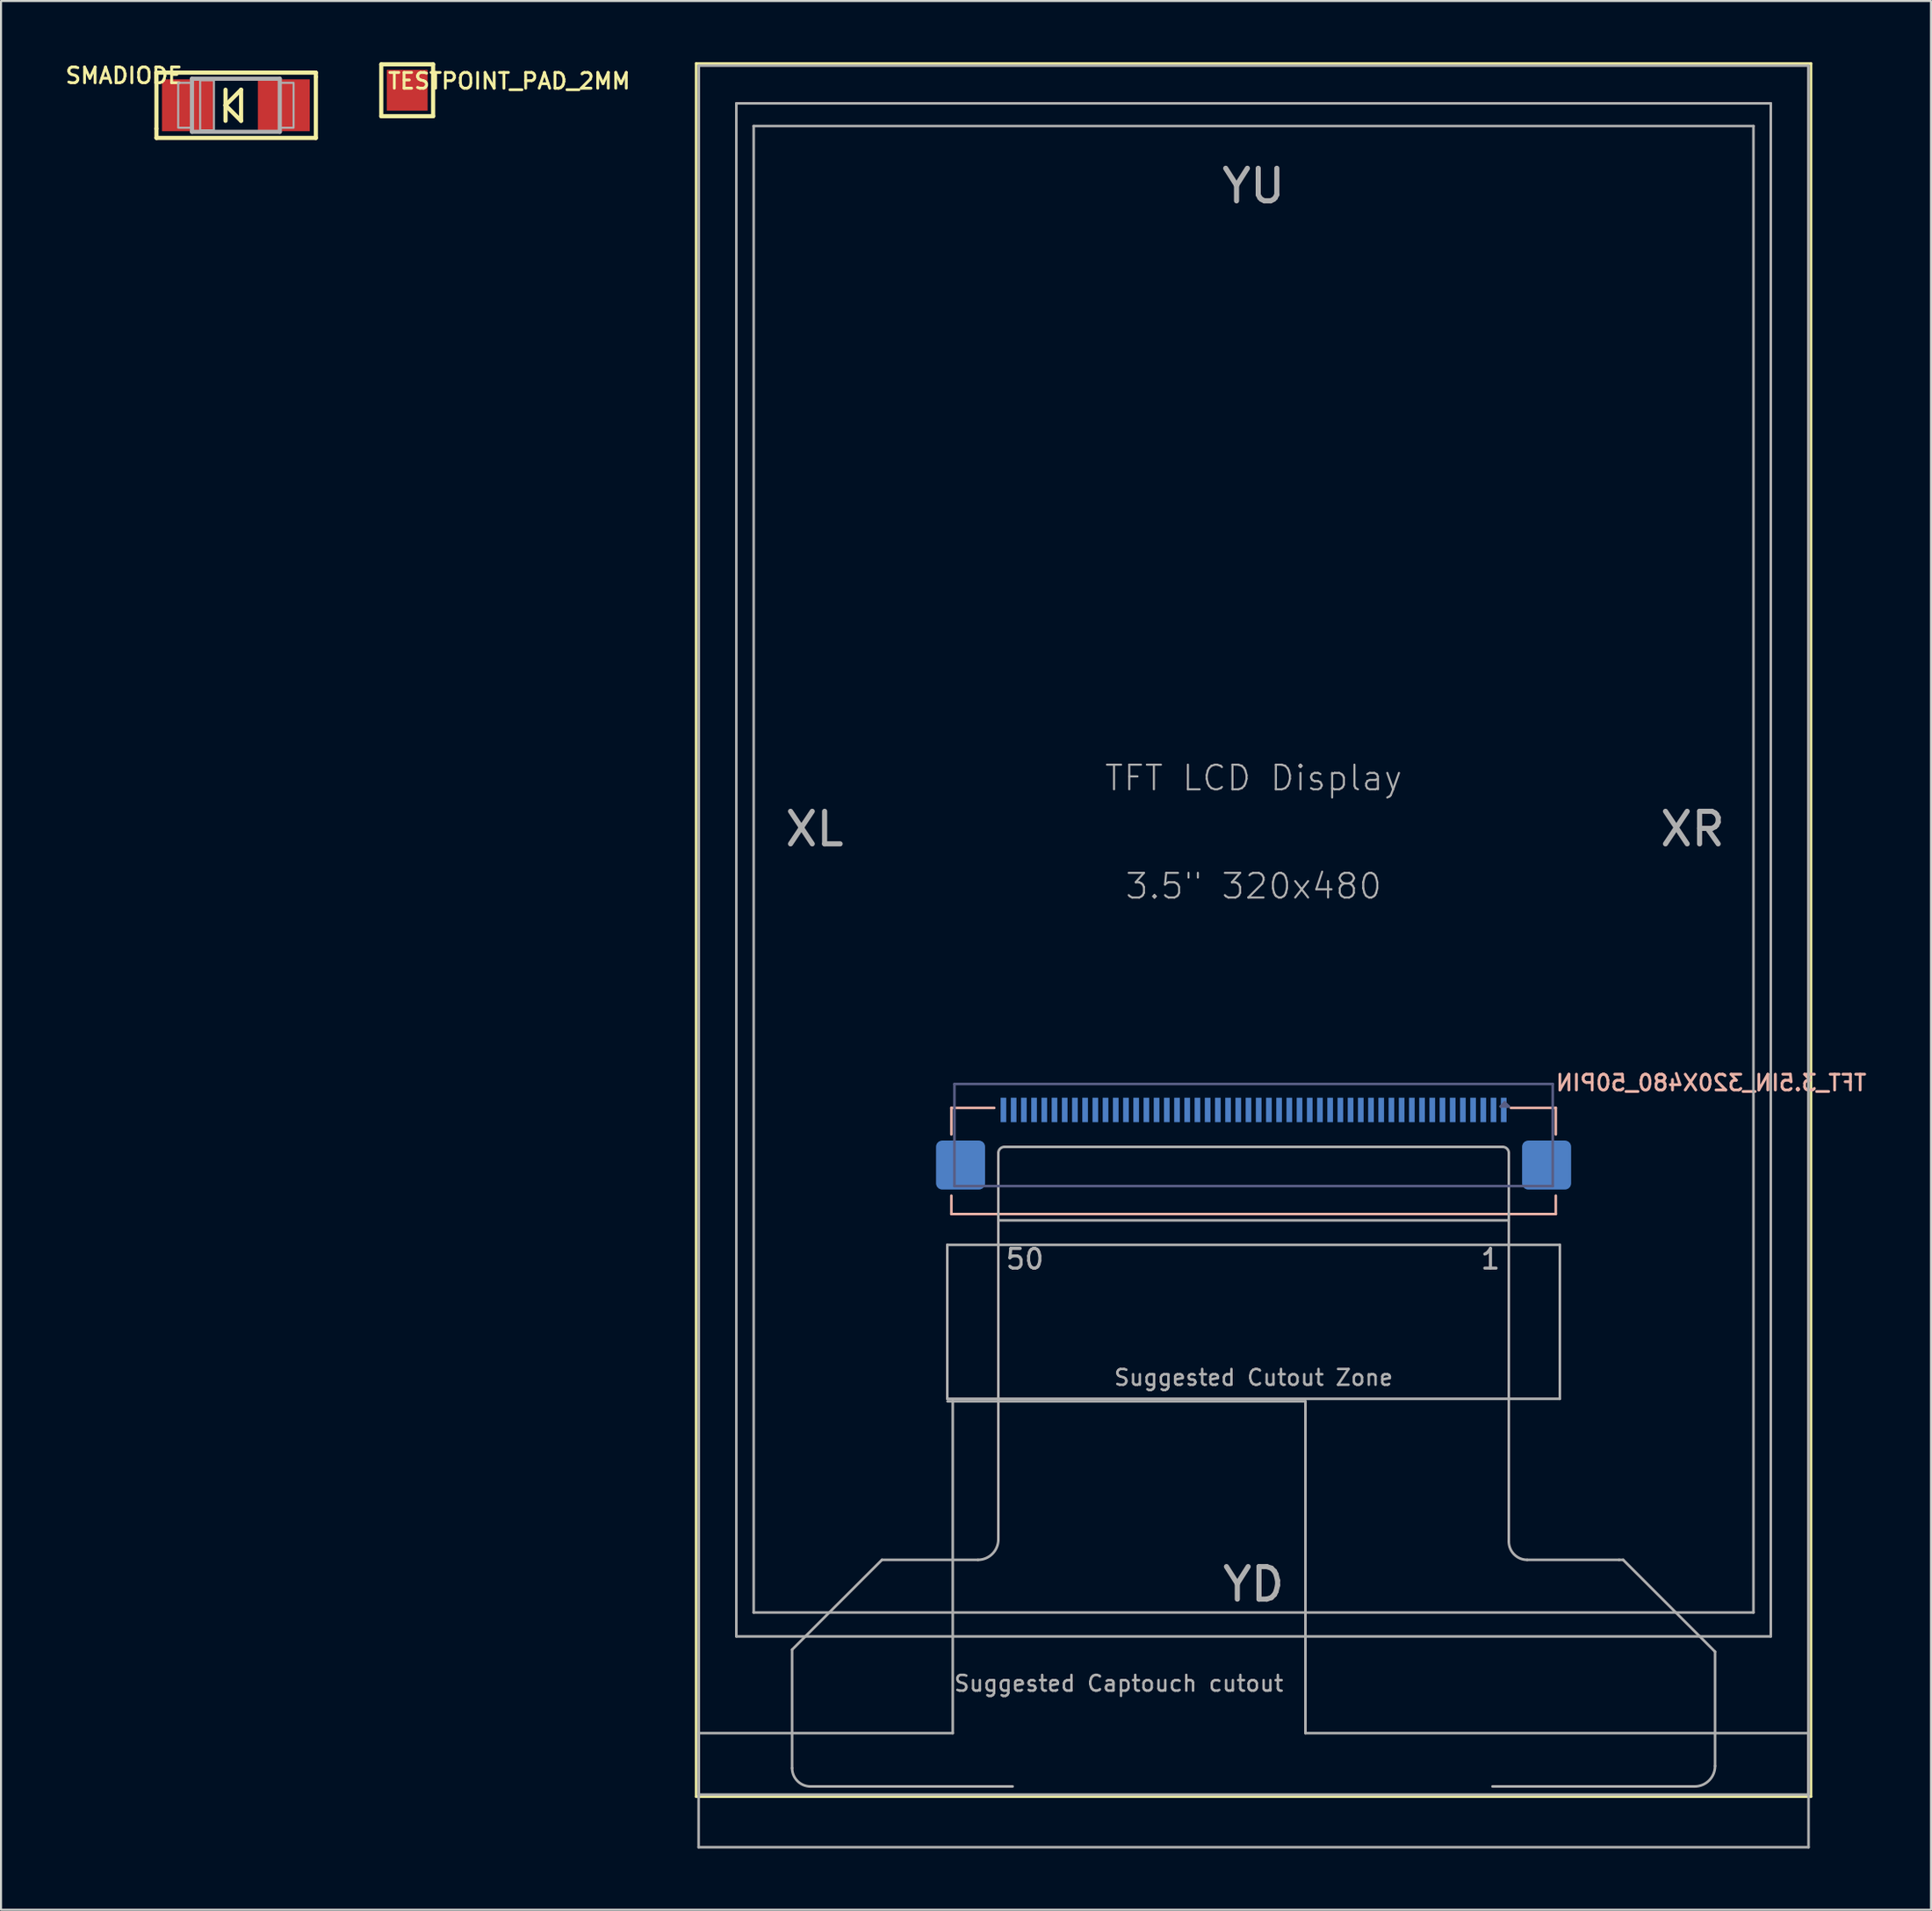
<source format=kicad_pcb>
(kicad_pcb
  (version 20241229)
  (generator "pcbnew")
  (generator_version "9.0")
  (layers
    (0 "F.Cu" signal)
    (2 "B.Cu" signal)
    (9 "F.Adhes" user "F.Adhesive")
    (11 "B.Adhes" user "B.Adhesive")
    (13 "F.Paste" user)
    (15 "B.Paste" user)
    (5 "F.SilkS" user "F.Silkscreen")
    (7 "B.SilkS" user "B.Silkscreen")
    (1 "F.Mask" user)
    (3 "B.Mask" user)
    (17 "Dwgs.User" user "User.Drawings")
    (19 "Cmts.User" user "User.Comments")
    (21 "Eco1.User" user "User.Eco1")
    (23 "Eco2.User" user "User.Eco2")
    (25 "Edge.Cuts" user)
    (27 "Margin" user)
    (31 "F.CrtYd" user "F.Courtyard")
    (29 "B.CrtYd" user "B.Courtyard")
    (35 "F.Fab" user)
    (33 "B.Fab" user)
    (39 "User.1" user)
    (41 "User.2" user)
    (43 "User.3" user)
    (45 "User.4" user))
  (footprint "TFT_3.5IN_320X480_50PIN"
    (layer "F.Cu")
    (at 58.341 47.563)
    (property "Reference" "TFT_3.5IN_320X480_50PIN" (at 14.726 2.883 180) (layer "B.SilkS") (effects (font (size 0.772 0.772) (thickness 0.139)) (justify right bottom mirror)))
    (attr through_hole)
    (fp_line (start -27.3 -47.5) (end 27.3 -47.5) (stroke (width 0.127) (type solid)) (layer "F.SilkS"))
    (fp_line (start -27.3 37.4) (end -27.3 -47.5) (stroke (width 0.127) (type solid)) (layer "F.SilkS"))
    (fp_line (start 27.3 -47.5) (end 27.3 37.4) (stroke (width 0.127) (type solid)) (layer "F.SilkS"))
    (fp_line (start 27.3 37.4) (end -27.3 37.4) (stroke (width 0.127) (type solid)) (layer "F.SilkS"))
    (fp_line (start -14.8 3.66) (end -14.8 4.96) (stroke (width 0.127) (type solid)) (layer "B.SilkS"))
    (fp_line (start -14.8 8.86) (end -14.8 7.96) (stroke (width 0.127) (type solid)) (layer "B.SilkS"))
    (fp_line (start -12.7 3.66) (end -14.8 3.66) (stroke (width 0.127) (type solid)) (layer "B.SilkS"))
    (fp_line (start 12.6 3.66) (end 14.8 3.66) (stroke (width 0.127) (type solid)) (layer "B.SilkS"))
    (fp_line (start 14.8 3.66) (end 14.8 4.96) (stroke (width 0.127) (type solid)) (layer "B.SilkS"))
    (fp_line (start 14.8 7.96) (end 14.8 8.86) (stroke (width 0.127) (type solid)) (layer "B.SilkS"))
    (fp_line (start 14.8 8.86) (end -14.8 8.86) (stroke (width 0.127) (type solid)) (layer "B.SilkS"))
    (fp_line (start -14.65 2.49) (end -14.65 7.49) (stroke (width 0.127) (type solid)) (layer "B.Fab"))
    (fp_line (start 12.1 3.59) (end 12.4 3.59) (stroke (width 0.127) (type solid)) (layer "B.Fab"))
    (fp_line (start 12.3 3.39) (end 12.1 3.59) (stroke (width 0.127) (type solid)) (layer "B.Fab"))
    (fp_line (start 12.4 3.59) (end 12.3 3.49) (stroke (width 0.127) (type solid)) (layer "B.Fab"))
    (fp_line (start 12.5 3.59) (end 12.3 3.39) (stroke (width 0.127) (type solid)) (layer "B.Fab"))
    (fp_line (start 12.5 3.59) (end 12.4 3.59) (stroke (width 0.127) (type solid)) (layer "B.Fab"))
    (fp_line (start 14.65 2.49) (end -14.65 2.49) (stroke (width 0.127) (type solid)) (layer "B.Fab"))
    (fp_line (start 14.65 7.49) (end -14.65 7.49) (stroke (width 0.127) (type solid)) (layer "B.Fab"))
    (fp_line (start 14.65 7.49) (end 14.65 2.49) (stroke (width 0.127) (type solid)) (layer "B.Fab"))
    (fp_line (start -27.178 34.29) (end -14.732 34.29) (stroke (width 0.127) (type solid)) (layer "F.Fab"))
    (fp_line (start -27.178 39.878) (end -27.178 34.29) (stroke (width 0.127) (type solid)) (layer "F.Fab"))
    (fp_line (start -27.17 -47.4) (end 27.17 -47.4) (stroke (width 0.127) (type solid)) (layer "F.Fab"))
    (fp_line (start -27.17 37.3) (end -27.17 -47.4) (stroke (width 0.127) (type solid)) (layer "F.Fab"))
    (fp_line (start -25.33 -45.55) (end 25.33 -45.55) (stroke (width 0.127) (type solid)) (layer "F.Fab"))
    (fp_line (start -25.33 29.55) (end -25.33 -45.55) (stroke (width 0.127) (type solid)) (layer "F.Fab"))
    (fp_line (start -24.48 -44.44) (end 24.48 -44.44) (stroke (width 0.127) (type solid)) (layer "F.Fab"))
    (fp_line (start -24.48 28.38) (end -24.48 -44.44) (stroke (width 0.127) (type solid)) (layer "F.Fab"))
    (fp_line (start -22.6 30.2) (end -18.2 25.8) (stroke (width 0.127) (type solid)) (layer "F.Fab"))
    (fp_line (start -22.6 36) (end -22.6 30.2) (stroke (width 0.127) (type solid)) (layer "F.Fab"))
    (fp_line (start -18.2 25.8) (end -13.5 25.8) (stroke (width 0.127) (type solid)) (layer "F.Fab"))
    (fp_line (start -15 10.37) (end 15 10.37) (stroke (width 0.127) (type solid)) (layer "F.Fab"))
    (fp_line (start -15 17.91) (end -15 10.37) (stroke (width 0.127) (type solid)) (layer "F.Fab"))
    (fp_line (start -14.986 18.034) (end -14.732 18.034) (stroke (width 0.127) (type solid)) (layer "F.Fab"))
    (fp_line (start -14.732 18.034) (end -14.732 34.29) (stroke (width 0.127) (type solid)) (layer "F.Fab"))
    (fp_line (start -14.732 18.034) (end 2.54 18.034) (stroke (width 0.127) (type solid)) (layer "F.Fab"))
    (fp_line (start -12.5 9.17) (end -12.5 5.87) (stroke (width 0.127) (type solid)) (layer "F.Fab"))
    (fp_line (start -12.5 9.17) (end 12.5 9.17) (stroke (width 0.127) (type solid)) (layer "F.Fab"))
    (fp_line (start -12.5 24.8) (end -12.5 9.17) (stroke (width 0.127) (type solid)) (layer "F.Fab"))
    (fp_line (start -12.2 5.57) (end 12.2 5.57) (stroke (width 0.127) (type solid)) (layer "F.Fab"))
    (fp_line (start -12.1 36.9) (end -21.7 36.9) (stroke (width 0.127) (type solid)) (layer "F.Fab"))
    (fp_line (start -11.8 36.9) (end -12.1 36.9) (stroke (width 0.127) (type solid)) (layer "F.Fab"))
    (fp_line (start 2.54 18.034) (end 2.54 34.29) (stroke (width 0.127) (type solid)) (layer "F.Fab"))
    (fp_line (start 2.54 34.29) (end 27.178 34.29) (stroke (width 0.127) (type solid)) (layer "F.Fab"))
    (fp_line (start 12.5 5.87) (end 12.5 9.17) (stroke (width 0.127) (type solid)) (layer "F.Fab"))
    (fp_line (start 12.5 9.17) (end 12.5 24.9) (stroke (width 0.127) (type solid)) (layer "F.Fab"))
    (fp_line (start 13.4 25.8) (end 17.9 25.8) (stroke (width 0.127) (type solid)) (layer "F.Fab"))
    (fp_line (start 15 10.37) (end 15 17.91) (stroke (width 0.127) (type solid)) (layer "F.Fab"))
    (fp_line (start 15 17.91) (end -15 17.91) (stroke (width 0.127) (type solid)) (layer "F.Fab"))
    (fp_line (start 17.9 25.8) (end 18.1 25.8) (stroke (width 0.127) (type solid)) (layer "F.Fab"))
    (fp_line (start 18.1 25.8) (end 22.6 30.3) (stroke (width 0.127) (type solid)) (layer "F.Fab"))
    (fp_line (start 21.6 36.9) (end 11.7 36.9) (stroke (width 0.127) (type solid)) (layer "F.Fab"))
    (fp_line (start 22.6 30.3) (end 22.6 35.9) (stroke (width 0.127) (type solid)) (layer "F.Fab"))
    (fp_line (start 24.48 -44.44) (end 24.48 28.38) (stroke (width 0.127) (type solid)) (layer "F.Fab"))
    (fp_line (start 24.48 28.38) (end -24.48 28.38) (stroke (width 0.127) (type solid)) (layer "F.Fab"))
    (fp_line (start 25.33 -45.55) (end 25.33 29.55) (stroke (width 0.127) (type solid)) (layer "F.Fab"))
    (fp_line (start 25.33 29.55) (end -25.33 29.55) (stroke (width 0.127) (type solid)) (layer "F.Fab"))
    (fp_line (start 27.17 -47.4) (end 27.17 37.3) (stroke (width 0.127) (type solid)) (layer "F.Fab"))
    (fp_line (start 27.17 37.3) (end -27.17 37.3) (stroke (width 0.127) (type solid)) (layer "F.Fab"))
    (fp_line (start 27.178 34.29) (end 27.178 39.878) (stroke (width 0.127) (type solid)) (layer "F.Fab"))
    (fp_line (start 27.178 39.878) (end -27.178 39.878) (stroke (width 0.127) (type solid)) (layer "F.Fab"))
    (fp_arc (start -21.7 36.9) (mid -22.336396 36.636396) (end -22.6 36) (stroke (width 0.127) (type solid)) (layer "F.Fab"))
    (fp_arc (start -12.5 5.87) (mid -12.412132 5.657868) (end -12.2 5.57) (stroke (width 0.127) (type solid)) (layer "F.Fab"))
    (fp_arc (start -12.5 24.8) (mid -12.792893 25.507107) (end -13.5 25.8) (stroke (width 0.127) (type solid)) (layer "F.Fab"))
    (fp_arc (start 12.2 5.57) (mid 12.412132 5.657868) (end 12.5 5.87) (stroke (width 0.127) (type solid)) (layer "F.Fab"))
    (fp_arc (start 13.4 25.8) (mid 12.763604 25.536396) (end 12.5 24.9) (stroke (width 0.127) (type solid)) (layer "F.Fab"))
    (fp_arc (start 22.6 35.9) (mid 22.307107 36.607107) (end 21.6 36.9) (stroke (width 0.127) (type solid)) (layer "F.Fab"))
    (fp_text user "3.5\" 320x480" (at 0 -7.2 0) (layer "F.Fab") (effects (font (size 1.206 1.206) (thickness 0.102))))
    (fp_text user "TFT LCD Display" (at 0 -12.5 0) (layer "F.Fab") (effects (font (size 1.206 1.206) (thickness 0.102))))
    (fp_text user "1" (at 11.6 11.07 0) (layer "F.Fab") (effects (font (size 0.965 0.965) (thickness 0.152))))
    (fp_text user "Suggested Cutout Zone" (at 0 16.87 0) (layer "F.Fab") (effects (font (size 0.772 0.772) (thickness 0.122))))
    (fp_text user "YD" (at 0 27 0) (layer "F.Fab") (effects (font (size 1.593 1.593) (thickness 0.251))))
    (fp_text user "Suggested Captouch cutout" (at -6.604 31.856 0) (layer "F.Fab") (effects (font (size 0.772 0.772) (thickness 0.122))))
    (fp_text user "YU" (at 0 -41.5 0) (layer "F.Fab") (effects (font (size 1.593 1.593) (thickness 0.251))))
    (fp_text user "XR" (at 21.5 -10 0) (layer "F.Fab") (effects (font (size 1.593 1.593) (thickness 0.251))))
    (fp_text user "XL" (at -21.5 -10 0) (layer "F.Fab") (effects (font (size 1.593 1.593) (thickness 0.251))))
    (fp_text user "50" (at -11.2 11.07 0) (layer "F.Fab") (effects (font (size 0.965 0.965) (thickness 0.152))))
    (pad "1" smd rect (at 12.25 3.76 180) (size 0.275 1.2) (layers "B.Cu" "B.Mask" "B.Paste"))
    (pad "2" smd rect (at 11.75 3.76 180) (size 0.275 1.2) (layers "B.Cu" "B.Mask" "B.Paste"))
    (pad "3" smd rect (at 11.25 3.76 180) (size 0.275 1.2) (layers "B.Cu" "B.Mask" "B.Paste"))
    (pad "4" smd rect (at 10.75 3.76 180) (size 0.275 1.2) (layers "B.Cu" "B.Mask" "B.Paste"))
    (pad "5" smd rect (at 10.25 3.76 180) (size 0.275 1.2) (layers "B.Cu" "B.Mask" "B.Paste"))
    (pad "6" smd rect (at 9.75 3.76 180) (size 0.275 1.2) (layers "B.Cu" "B.Mask" "B.Paste"))
    (pad "7" smd rect (at 9.25 3.76 180) (size 0.275 1.2) (layers "B.Cu" "B.Mask" "B.Paste"))
    (pad "8" smd rect (at 8.75 3.76 180) (size 0.275 1.2) (layers "B.Cu" "B.Mask" "B.Paste"))
    (pad "9" smd rect (at 8.25 3.76 180) (size 0.275 1.2) (layers "B.Cu" "B.Mask" "B.Paste"))
    (pad "10" smd rect (at 7.75 3.76 180) (size 0.275 1.2) (layers "B.Cu" "B.Mask" "B.Paste"))
    (pad "11" smd rect (at 7.25 3.76 180) (size 0.275 1.2) (layers "B.Cu" "B.Mask" "B.Paste"))
    (pad "12" smd rect (at 6.75 3.76 180) (size 0.275 1.2) (layers "B.Cu" "B.Mask" "B.Paste"))
    (pad "13" smd rect (at 6.25 3.76 180) (size 0.275 1.2) (layers "B.Cu" "B.Mask" "B.Paste"))
    (pad "14" smd rect (at 5.75 3.76 180) (size 0.275 1.2) (layers "B.Cu" "B.Mask" "B.Paste"))
    (pad "15" smd rect (at 5.25 3.76 180) (size 0.275 1.2) (layers "B.Cu" "B.Mask" "B.Paste"))
    (pad "16" smd rect (at 4.75 3.76 180) (size 0.275 1.2) (layers "B.Cu" "B.Mask" "B.Paste"))
    (pad "17" smd rect (at 4.25 3.76 180) (size 0.275 1.2) (layers "B.Cu" "B.Mask" "B.Paste"))
    (pad "18" smd rect (at 3.75 3.76 180) (size 0.275 1.2) (layers "B.Cu" "B.Mask" "B.Paste"))
    (pad "19" smd rect (at 3.25 3.76 180) (size 0.275 1.2) (layers "B.Cu" "B.Mask" "B.Paste"))
    (pad "20" smd rect (at 2.75 3.76 180) (size 0.275 1.2) (layers "B.Cu" "B.Mask" "B.Paste"))
    (pad "21" smd rect (at 2.25 3.76 180) (size 0.275 1.2) (layers "B.Cu" "B.Mask" "B.Paste"))
    (pad "22" smd rect (at 1.75 3.76 180) (size 0.275 1.2) (layers "B.Cu" "B.Mask" "B.Paste"))
    (pad "23" smd rect (at 1.25 3.76 180) (size 0.275 1.2) (layers "B.Cu" "B.Mask" "B.Paste"))
    (pad "24" smd rect (at 0.75 3.76 180) (size 0.275 1.2) (layers "B.Cu" "B.Mask" "B.Paste"))
    (pad "25" smd rect (at 0.25 3.76 180) (size 0.275 1.2) (layers "B.Cu" "B.Mask" "B.Paste"))
    (pad "26" smd rect (at -0.25 3.76 180) (size 0.275 1.2) (layers "B.Cu" "B.Mask" "B.Paste"))
    (pad "27" smd rect (at -0.75 3.76 180) (size 0.275 1.2) (layers "B.Cu" "B.Mask" "B.Paste"))
    (pad "28" smd rect (at -1.25 3.76 180) (size 0.275 1.2) (layers "B.Cu" "B.Mask" "B.Paste"))
    (pad "29" smd rect (at -1.75 3.76 180) (size 0.275 1.2) (layers "B.Cu" "B.Mask" "B.Paste"))
    (pad "30" smd rect (at -2.25 3.76 180) (size 0.275 1.2) (layers "B.Cu" "B.Mask" "B.Paste"))
    (pad "31" smd rect (at -2.75 3.76 180) (size 0.275 1.2) (layers "B.Cu" "B.Mask" "B.Paste"))
    (pad "32" smd rect (at -3.25 3.76 180) (size 0.275 1.2) (layers "B.Cu" "B.Mask" "B.Paste"))
    (pad "33" smd rect (at -3.75 3.76 180) (size 0.275 1.2) (layers "B.Cu" "B.Mask" "B.Paste"))
    (pad "34" smd rect (at -4.25 3.76 180) (size 0.275 1.2) (layers "B.Cu" "B.Mask" "B.Paste"))
    (pad "35" smd rect (at -4.75 3.76 180) (size 0.275 1.2) (layers "B.Cu" "B.Mask" "B.Paste"))
    (pad "36" smd rect (at -5.25 3.76 180) (size 0.275 1.2) (layers "B.Cu" "B.Mask" "B.Paste"))
    (pad "37" smd rect (at -5.75 3.76 180) (size 0.275 1.2) (layers "B.Cu" "B.Mask" "B.Paste"))
    (pad "38" smd rect (at -6.25 3.76 180) (size 0.275 1.2) (layers "B.Cu" "B.Mask" "B.Paste"))
    (pad "39" smd rect (at -6.75 3.76 180) (size 0.275 1.2) (layers "B.Cu" "B.Mask" "B.Paste"))
    (pad "40" smd rect (at -7.25 3.76 180) (size 0.275 1.2) (layers "B.Cu" "B.Mask" "B.Paste"))
    (pad "41" smd rect (at -7.75 3.76 180) (size 0.275 1.2) (layers "B.Cu" "B.Mask" "B.Paste"))
    (pad "42" smd rect (at -8.25 3.76 180) (size 0.275 1.2) (layers "B.Cu" "B.Mask" "B.Paste"))
    (pad "43" smd rect (at -8.75 3.76 180) (size 0.275 1.2) (layers "B.Cu" "B.Mask" "B.Paste"))
    (pad "44" smd rect (at -9.25 3.76 180) (size 0.275 1.2) (layers "B.Cu" "B.Mask" "B.Paste"))
    (pad "45" smd rect (at -9.75 3.76 180) (size 0.275 1.2) (layers "B.Cu" "B.Mask" "B.Paste"))
    (pad "46" smd rect (at -10.25 3.76 180) (size 0.275 1.2) (layers "B.Cu" "B.Mask" "B.Paste"))
    (pad "47" smd rect (at -10.75 3.76 180) (size 0.275 1.2) (layers "B.Cu" "B.Mask" "B.Paste"))
    (pad "48" smd rect (at -11.25 3.76 180) (size 0.275 1.2) (layers "B.Cu" "B.Mask" "B.Paste"))
    (pad "49" smd rect (at -11.75 3.76 180) (size 0.275 1.2) (layers "B.Cu" "B.Mask" "B.Paste"))
    (pad "50" smd rect (at -12.25 3.76 180) (size 0.275 1.2) (layers "B.Cu" "B.Mask" "B.Paste"))
    (pad "PAD1" smd roundrect (at 14.35 6.46 180) (size 2.4 2.4) (layers "B.Cu" "B.Mask" "B.Paste") (roundrect_rratio 0.125))
    (pad "PAD2" smd roundrect (at -14.35 6.46 180) (size 2.4 2.4) (layers "B.Cu" "B.Mask" "B.Paste") (roundrect_rratio 0.125)))
  (footprint "SMADIODE"
    (layer "F.Cu")
    (at 8.502 2.107)
    (property "Reference" "SMADIODE" (at -2.54 -1.905 180) (layer "F.SilkS") (effects (font (size 0.772 0.772) (thickness 0.139)) (justify right top)))
    (attr through_hole)
    (fp_line (start -3.889 -1.6) (end 3.916 -1.6) (stroke (width 0.203) (type solid)) (layer "F.SilkS"))
    (fp_line (start -3.889 1.146) (end -3.889 -1.6) (stroke (width 0.203) (type solid)) (layer "F.SilkS"))
    (fp_line (start -3.889 1.6) (end -3.889 1.146) (stroke (width 0.203) (type solid)) (layer "F.SilkS"))
    (fp_line (start -0.508 -0.762) (end -0.508 0) (stroke (width 0.203) (type solid)) (layer "F.SilkS"))
    (fp_line (start -0.508 0) (end -0.508 0.762) (stroke (width 0.203) (type solid)) (layer "F.SilkS"))
    (fp_line (start -0.508 0) (end 0.254 -0.762) (stroke (width 0.203) (type solid)) (layer "F.SilkS"))
    (fp_line (start 0.254 -0.762) (end 0.254 0.762) (stroke (width 0.203) (type solid)) (layer "F.SilkS"))
    (fp_line (start 0.254 0.762) (end -0.508 0) (stroke (width 0.203) (type solid)) (layer "F.SilkS"))
    (fp_line (start 3.916 -1.6) (end 3.916 -1.394) (stroke (width 0.203) (type solid)) (layer "F.SilkS"))
    (fp_line (start 3.916 -1.394) (end 3.916 1.6) (stroke (width 0.203) (type solid)) (layer "F.SilkS"))
    (fp_line (start 3.916 1.6) (end -3.889 1.6) (stroke (width 0.203) (type solid)) (layer "F.SilkS"))
    (fp_line (start -2.15 -1.3) (end 2.15 -1.3) (stroke (width 0.203) (type solid)) (layer "F.Fab"))
    (fp_line (start -2.15 1.3) (end -2.15 -1.3) (stroke (width 0.203) (type solid)) (layer "F.Fab"))
    (fp_line (start 2.15 -1.3) (end 2.15 1.3) (stroke (width 0.203) (type solid)) (layer "F.Fab"))
    (fp_line (start 2.15 1.3) (end -2.15 1.3) (stroke (width 0.203) (type solid)) (layer "F.Fab"))
    (fp_poly (pts (xy -2.825 1.1) (xy -2.175 1.1) (xy -2.175 -1.1) (xy -2.825 -1.1)) (stroke (width 0.1) (type solid)) (fill no) (layer "F.Fab"))
    (fp_poly (pts (xy -1.75 1.225) (xy -1.075 1.225) (xy -1.075 -1.225) (xy -1.75 -1.225)) (stroke (width 0.1) (type solid)) (fill no) (layer "F.Fab"))
    (fp_poly (pts (xy 2.825 -1.1) (xy 2.175 -1.1) (xy 2.175 1.1) (xy 2.825 1.1)) (stroke (width 0.1) (type solid)) (fill no) (layer "F.Fab"))
    (pad "A" smd rect (at 2.349 0 180) (size 2.54 2.54) (layers "F.Cu" "F.Mask" "F.Paste"))
    (pad "C" smd rect (at -2.349 0) (size 2.54 2.54) (layers "F.Cu" "F.Mask" "F.Paste")))
  (footprint "TESTPOINT_PAD_2MM"
    (layer "F.Cu")
    (at 16.891 1.372)
    (property "Reference" "TESTPOINT_PAD_2MM" (at -1.016 0 0) (layer "F.SilkS") (effects (font (size 0.772 0.772) (thickness 0.139)) (justify left bottom)))
    (attr through_hole)
    (fp_line (start -1.27 -1.27) (end 1.27 -1.27) (stroke (width 0.203) (type solid)) (layer "F.SilkS"))
    (fp_line (start -1.27 1.27) (end -1.27 -1.27) (stroke (width 0.203) (type solid)) (layer "F.SilkS"))
    (fp_line (start 1.27 -1.27) (end 1.27 1.27) (stroke (width 0.203) (type solid)) (layer "F.SilkS"))
    (fp_line (start 1.27 1.27) (end -1.27 1.27) (stroke (width 0.203) (type solid)) (layer "F.SilkS"))
    (pad "P$1" smd rect (at 0 0) (size 2 2) (layers "F.Cu" "F.Mask")))
  (gr_rect
    (start -3 -3)
    (end 91.515 90.505)
    (stroke (width 0.1) (type default))
    (fill no)
    (layer "Edge.Cuts")))
</source>
